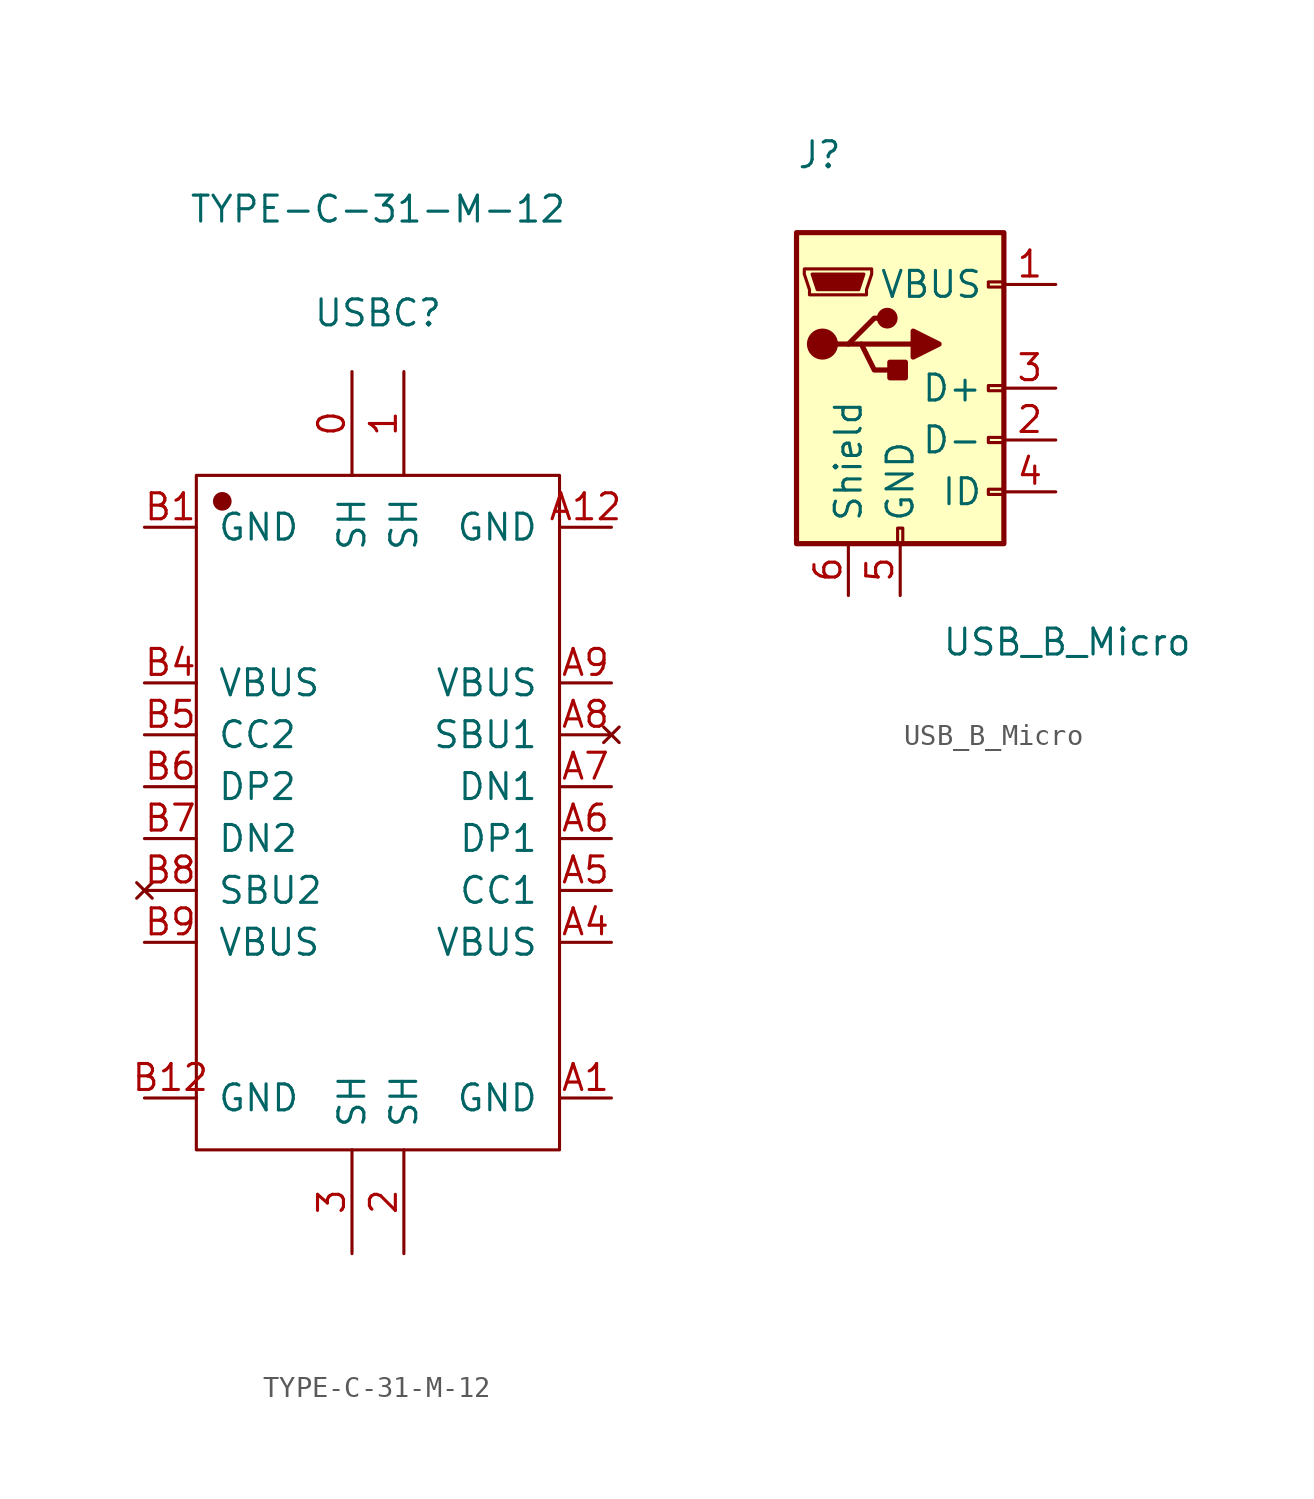
<source format=kicad_sym>
(kicad_symbol_lib
  (version 20220914)
  (generator kicad_symbol_editor)
  (symbol "TYPE-C-31-M-12"
    (pin_names
      (offset 1.016))
    (property "Reference" "USBC"
      (at 0 24.46 0)
      (effects (font (size 1.27 1.27))))
    (property "Value" "TYPE-C-31-M-12"
      (at 0 29.54 0)
      (effects (font (size 1.27 1.27))))
    (symbol "TYPE-C-31-M-12_1_1"
      (rectangle (start -8.89 16.51) (end 8.89 -16.51) (stroke (width 0.152) (type solid)) (fill (type none)))
      (circle (center -7.62 15.24) (radius 0.381) (stroke (width 0.152) (type solid)) (fill (type outline)))
      (pin power_in line (at -1.27 21.59 270) (length 5.08) (name "SH" (effects (font (size 1.27 1.27)))) (number "0" (effects (font (size 1.27 1.27)))))
      (pin power_in line (at 1.27 21.59 270) (length 5.08) (name "SH" (effects (font (size 1.27 1.27)))) (number "1" (effects (font (size 1.27 1.27)))))
      (pin power_in line (at 1.27 -21.59 90) (length 5.08) (name "SH" (effects (font (size 1.27 1.27)))) (number "2" (effects (font (size 1.27 1.27)))))
      (pin power_in line (at -1.27 -21.59 90) (length 5.08) (name "SH" (effects (font (size 1.27 1.27)))) (number "3" (effects (font (size 1.27 1.27)))))
      (pin power_in line (at 11.43 -13.97 180) (length 2.54) (name "GND" (effects (font (size 1.27 1.27)))) (number "A1" (effects (font (size 1.27 1.27)))))
      (pin power_in line (at 11.43 13.97 180) (length 2.54) (name "GND" (effects (font (size 1.27 1.27)))) (number "A12" (effects (font (size 1.27 1.27)))))
      (pin power_in line (at 11.43 -6.35 180) (length 2.54) (name "VBUS" (effects (font (size 1.27 1.27)))) (number "A4" (effects (font (size 1.27 1.27)))))
      (pin bidirectional line (at 11.43 -3.81 180) (length 2.54) (name "CC1" (effects (font (size 1.27 1.27)))) (number "A5" (effects (font (size 1.27 1.27)))))
      (pin bidirectional line (at 11.43 -1.27 180) (length 2.54) (name "DP1" (effects (font (size 1.27 1.27)))) (number "A6" (effects (font (size 1.27 1.27)))))
      (pin bidirectional line (at 11.43 1.27 180) (length 2.54) (name "DN1" (effects (font (size 1.27 1.27)))) (number "A7" (effects (font (size 1.27 1.27)))))
      (pin no_connect line (at 11.43 3.81 180) (length 2.54) (name "SBU1" (effects (font (size 1.27 1.27)))) (number "A8" (effects (font (size 1.27 1.27)))))
      (pin power_in line (at 11.43 6.35 180) (length 2.54) (name "VBUS" (effects (font (size 1.27 1.27)))) (number "A9" (effects (font (size 1.27 1.27)))))
      (pin power_in line (at -11.43 13.97 0) (length 2.54) (name "GND" (effects (font (size 1.27 1.27)))) (number "B1" (effects (font (size 1.27 1.27)))))
      (pin power_in line (at -11.43 -13.97 0) (length 2.54) (name "GND" (effects (font (size 1.27 1.27)))) (number "B12" (effects (font (size 1.27 1.27)))))
      (pin power_in line (at -11.43 6.35 0) (length 2.54) (name "VBUS" (effects (font (size 1.27 1.27)))) (number "B4" (effects (font (size 1.27 1.27)))))
      (pin bidirectional line (at -11.43 3.81 0) (length 2.54) (name "CC2" (effects (font (size 1.27 1.27)))) (number "B5" (effects (font (size 1.27 1.27)))))
      (pin bidirectional line (at -11.43 1.27 0) (length 2.54) (name "DP2" (effects (font (size 1.27 1.27)))) (number "B6" (effects (font (size 1.27 1.27)))))
      (pin bidirectional line (at -11.43 -1.27 0) (length 2.54) (name "DN2" (effects (font (size 1.27 1.27)))) (number "B7" (effects (font (size 1.27 1.27)))))
      (pin no_connect line (at -11.43 -3.81 0) (length 2.54) (name "SBU2" (effects (font (size 1.27 1.27)))) (number "B8" (effects (font (size 1.27 1.27)))))
      (pin power_in line (at -11.43 -6.35 0) (length 2.54) (name "VBUS" (effects (font (size 1.27 1.27)))) (number "B9" (effects (font (size 1.27 1.27)))))))
  (symbol "USB_B_Micro"
    (pin_names
      (offset 1.016))
    (property "Reference" "J"
      (at -5.08 11.43 0)
      (effects (font (size 1.27 1.27)) (justify left)))
    (property "Value" "USB_B_Micro"
      (at 2.032 -12.446 0)
      (effects (font (size 1.27 1.27)) (justify left)))
    (symbol "USB_B_Micro_0_1"
      (rectangle (start -5.08 -7.62) (end 5.08 7.62) (stroke (width 0.254) (type default)) (fill (type background)))
      (circle (center -3.81 2.159) (radius 0.635) (stroke (width 0.254) (type default)) (fill (type outline)))
      (circle (center -0.635 3.429) (radius 0.381) (stroke (width 0.254) (type default)) (fill (type outline)))
      (rectangle (start -0.127 -7.62) (end 0.127 -6.858) (stroke (width 0) (type default)) (fill (type none)))
      (polyline (pts (xy -1.905 2.159) (xy 0.635 2.159)) (stroke (width 0.254) (type default)) (fill (type none)))
      (polyline (pts (xy -3.175 2.159) (xy -2.54 2.159) (xy -1.27 3.429) (xy -0.635 3.429)) (stroke (width 0.254) (type default)) (fill (type none)))
      (polyline (pts (xy -2.54 2.159) (xy -1.905 2.159) (xy -1.27 0.889) (xy 0 0.889)) (stroke (width 0.254) (type default)) (fill (type none)))
      (polyline (pts (xy 0.635 2.794) (xy 0.635 1.524) (xy 1.905 2.159) (xy 0.635 2.794)) (stroke (width 0.254) (type default)) (fill (type outline)))
      (polyline (pts (xy -4.318 5.588) (xy -1.778 5.588) (xy -2.032 4.826) (xy -4.064 4.826) (xy -4.318 5.588)) (stroke (width 0) (type default)) (fill (type outline)))
      (polyline (pts (xy -4.699 5.842) (xy -4.699 5.588) (xy -4.445 4.826) (xy -4.445 4.572) (xy -1.651 4.572) (xy -1.651 4.826) (xy -1.397 5.588) (xy -1.397 5.842) (xy -4.699 5.842)) (stroke (width 0) (type default)) (fill (type none)))
      (rectangle (start 0.254 1.27) (end -0.508 0.508) (stroke (width 0.254) (type default)) (fill (type outline)))
      (rectangle (start 5.08 -5.207) (end 4.318 -4.953) (stroke (width 0) (type default)) (fill (type none)))
      (rectangle (start 5.08 -2.667) (end 4.318 -2.413) (stroke (width 0) (type default)) (fill (type none)))
      (rectangle (start 5.08 -0.127) (end 4.318 0.127) (stroke (width 0) (type default)) (fill (type none)))
      (rectangle (start 5.08 4.953) (end 4.318 5.207) (stroke (width 0) (type default)) (fill (type none))))
    (symbol "USB_B_Micro_1_1"
      (pin power_out line (at 7.62 5.08 180) (length 2.54) (name "VBUS" (effects (font (size 1.27 1.27)))) (number "1" (effects (font (size 1.27 1.27)))))
      (pin bidirectional line (at 7.62 -2.54 180) (length 2.54) (name "D-" (effects (font (size 1.27 1.27)))) (number "2" (effects (font (size 1.27 1.27)))))
      (pin bidirectional line (at 7.62 0 180) (length 2.54) (name "D+" (effects (font (size 1.27 1.27)))) (number "3" (effects (font (size 1.27 1.27)))))
      (pin passive line (at 7.62 -5.08 180) (length 2.54) (name "ID" (effects (font (size 1.27 1.27)))) (number "4" (effects (font (size 1.27 1.27)))))
      (pin power_out line (at 0 -10.16 90) (length 2.54) (name "GND" (effects (font (size 1.27 1.27)))) (number "5" (effects (font (size 1.27 1.27)))))
      (pin passive line (at -2.54 -10.16 90) (length 2.54) (name "Shield" (effects (font (size 1.27 1.27)))) (number "6" (effects (font (size 1.27 1.27))))))))
</source>
